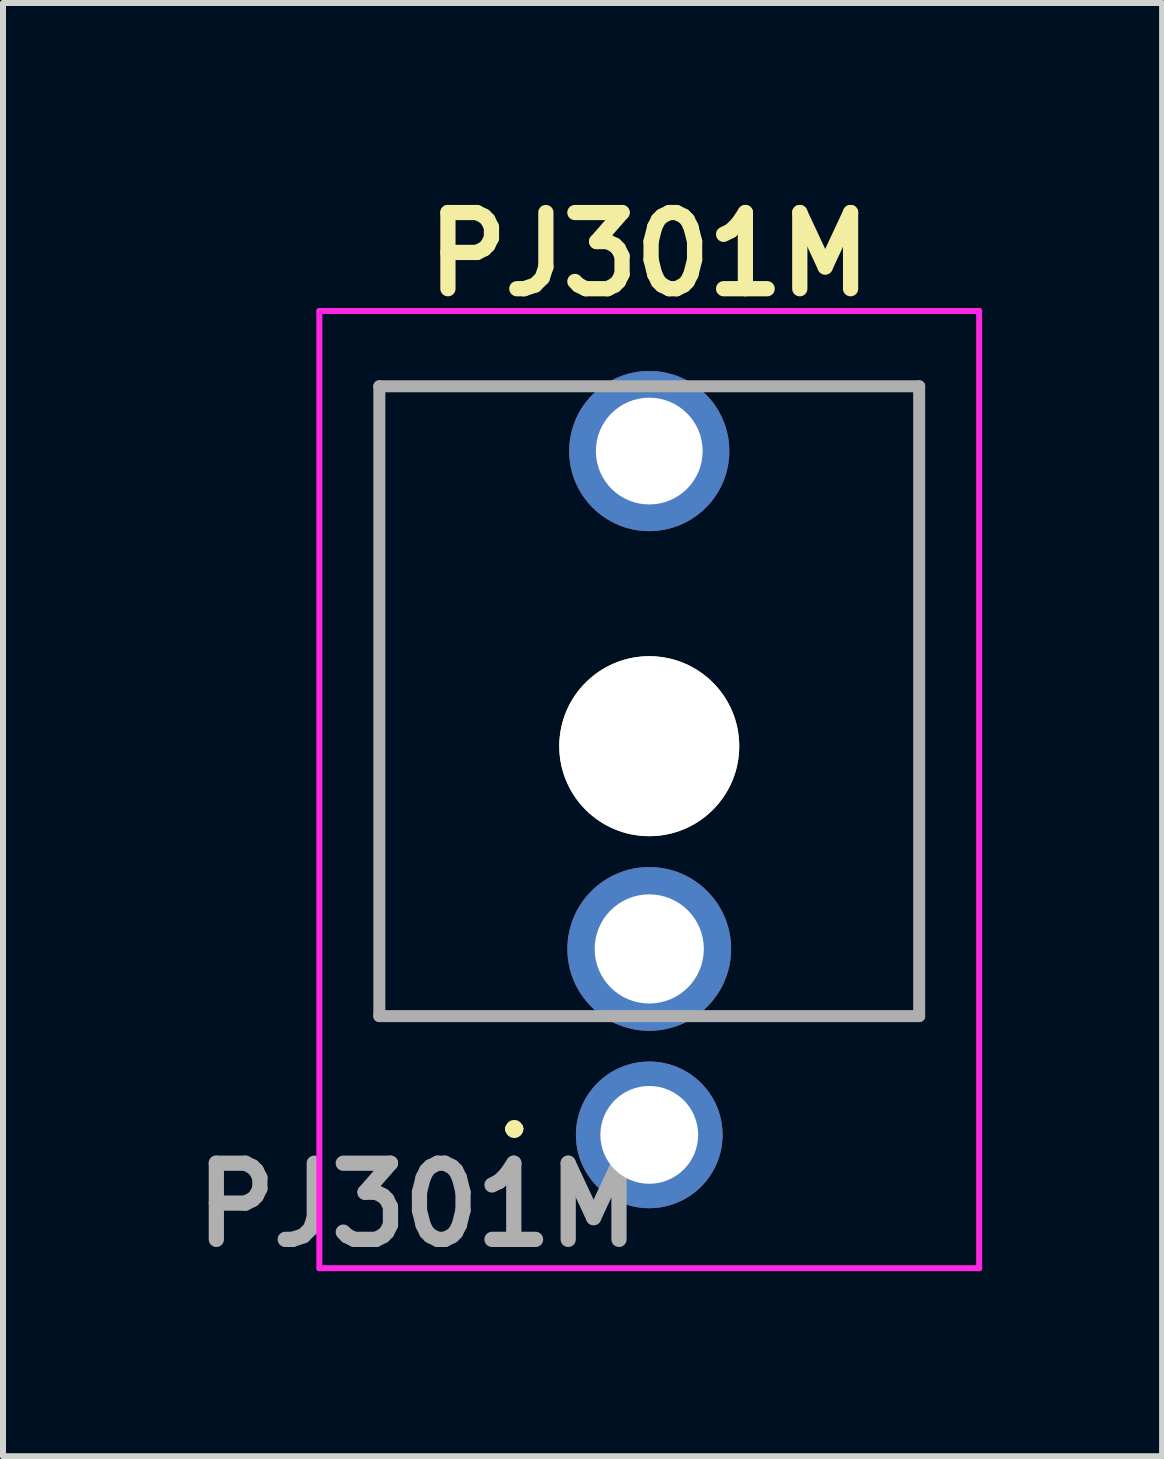
<source format=kicad_pcb>
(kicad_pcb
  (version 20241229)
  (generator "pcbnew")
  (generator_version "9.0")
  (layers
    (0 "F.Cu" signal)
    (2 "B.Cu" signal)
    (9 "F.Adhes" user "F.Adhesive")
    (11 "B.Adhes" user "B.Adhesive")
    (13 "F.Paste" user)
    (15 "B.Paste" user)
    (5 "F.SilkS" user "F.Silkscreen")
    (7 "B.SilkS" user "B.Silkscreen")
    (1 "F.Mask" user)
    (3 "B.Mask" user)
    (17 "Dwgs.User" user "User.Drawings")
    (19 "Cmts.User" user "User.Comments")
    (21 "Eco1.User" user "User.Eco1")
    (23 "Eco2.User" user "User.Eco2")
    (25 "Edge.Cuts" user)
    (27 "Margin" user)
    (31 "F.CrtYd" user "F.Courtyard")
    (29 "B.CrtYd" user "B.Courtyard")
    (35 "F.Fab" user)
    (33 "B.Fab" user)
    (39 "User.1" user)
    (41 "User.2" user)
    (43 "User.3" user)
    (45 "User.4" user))
  (footprint "PJ301M"
    (layer "F.Cu")
    (at 7.774 15.87)
    (property "Reference" "PJ301M" (at 0 -14.681 0) (layer "F.SilkS") (effects (font (size 1.27 1.27) (thickness 0.254))))
    (attr through_hole)
    (fp_line (start -4.5 -12.48) (end -4.5 -12.48) (stroke (width 0.1) (type solid)) (layer "F.SilkS"))
    (fp_line (start -4.5 -12.48) (end -4.5 -12.48) (stroke (width 0.1) (type solid)) (layer "F.SilkS"))
    (fp_line (start -4.5 -12.48) (end -4.5 -1.98) (stroke (width 0.1) (type solid)) (layer "F.SilkS"))
    (fp_line (start -4.5 -12.48) (end -1.5 -12.48) (stroke (width 0.1) (type solid)) (layer "F.SilkS"))
    (fp_line (start -4.5 -1.98) (end -4.5 -12.48) (stroke (width 0.1) (type solid)) (layer "F.SilkS"))
    (fp_line (start -4.5 -1.98) (end -4.5 -1.98) (stroke (width 0.1) (type solid)) (layer "F.SilkS"))
    (fp_line (start -4.5 -1.98) (end -4.5 -1.98) (stroke (width 0.1) (type solid)) (layer "F.SilkS"))
    (fp_line (start -4.5 -1.98) (end -1.75 -1.98) (stroke (width 0.1) (type solid)) (layer "F.SilkS"))
    (fp_line (start -2.3 -0.1) (end -2.3 -0.1) (stroke (width 0.2) (type solid)) (layer "F.SilkS"))
    (fp_line (start -2.3 -0.1) (end -2.3 -0.1) (stroke (width 0.2) (type solid)) (layer "F.SilkS"))
    (fp_line (start -2.2 -0.1) (end -2.2 -0.1) (stroke (width 0.2) (type solid)) (layer "F.SilkS"))
    (fp_line (start -1.75 -1.98) (end -4.5 -1.98) (stroke (width 0.1) (type solid)) (layer "F.SilkS"))
    (fp_line (start -1.75 -1.98) (end -1.75 -1.98) (stroke (width 0.1) (type solid)) (layer "F.SilkS"))
    (fp_line (start -1.5 -12.48) (end -4.5 -12.48) (stroke (width 0.1) (type solid)) (layer "F.SilkS"))
    (fp_line (start -1.5 -12.48) (end -1.5 -12.48) (stroke (width 0.1) (type solid)) (layer "F.SilkS"))
    (fp_line (start 1.5 -12.48) (end 1.5 -12.48) (stroke (width 0.1) (type solid)) (layer "F.SilkS"))
    (fp_line (start 1.5 -12.48) (end 4.5 -12.48) (stroke (width 0.1) (type solid)) (layer "F.SilkS"))
    (fp_line (start 1.75 -2) (end 1.75 -2) (stroke (width 0.1) (type solid)) (layer "F.SilkS"))
    (fp_line (start 1.75 -2) (end 4.5 -2) (stroke (width 0.1) (type solid)) (layer "F.SilkS"))
    (fp_line (start 4.5 -12.48) (end 1.5 -12.48) (stroke (width 0.1) (type solid)) (layer "F.SilkS"))
    (fp_line (start 4.5 -12.48) (end 4.5 -12.48) (stroke (width 0.1) (type solid)) (layer "F.SilkS"))
    (fp_line (start 4.5 -12.48) (end 4.5 -12.48) (stroke (width 0.1) (type solid)) (layer "F.SilkS"))
    (fp_line (start 4.5 -12.48) (end 4.5 -1.98) (stroke (width 0.1) (type solid)) (layer "F.SilkS"))
    (fp_line (start 4.5 -2) (end 1.75 -2) (stroke (width 0.1) (type solid)) (layer "F.SilkS"))
    (fp_line (start 4.5 -2) (end 4.5 -2) (stroke (width 0.1) (type solid)) (layer "F.SilkS"))
    (fp_line (start 4.5 -1.98) (end 4.5 -12.48) (stroke (width 0.1) (type solid)) (layer "F.SilkS"))
    (fp_line (start 4.5 -1.98) (end 4.5 -1.98) (stroke (width 0.1) (type solid)) (layer "F.SilkS"))
    (fp_arc (start -2.3 -0.1) (mid -2.25 -0.15) (end -2.2 -0.1) (stroke (width 0.2) (type solid)) (layer "F.SilkS"))
    (fp_arc (start -2.2 -0.1) (mid -2.25 -0.05) (end -2.3 -0.1) (stroke (width 0.2) (type solid)) (layer "F.SilkS"))
    (fp_arc (start -2.2 -0.1) (mid -2.25 -0.05) (end -2.3 -0.1) (stroke (width 0.2) (type solid)) (layer "F.SilkS"))
    (fp_line (start -5.5 -13.735) (end 5.5 -13.735) (stroke (width 0.1) (type solid)) (layer "F.CrtYd"))
    (fp_line (start -5.5 2.223) (end -5.5 -13.735) (stroke (width 0.1) (type solid)) (layer "F.CrtYd"))
    (fp_line (start 5.5 -13.735) (end 5.5 2.223) (stroke (width 0.1) (type solid)) (layer "F.CrtYd"))
    (fp_line (start 5.5 2.223) (end -5.5 2.223) (stroke (width 0.1) (type solid)) (layer "F.CrtYd"))
    (fp_line (start -4.5 -12.48) (end -4.5 -1.98) (stroke (width 0.2) (type solid)) (layer "F.Fab"))
    (fp_line (start -4.5 -1.98) (end 4.5 -1.98) (stroke (width 0.2) (type solid)) (layer "F.Fab"))
    (fp_line (start 4.5 -12.48) (end -4.5 -12.48) (stroke (width 0.2) (type solid)) (layer "F.Fab"))
    (fp_line (start 4.5 -1.98) (end 4.5 -12.48) (stroke (width 0.2) (type solid)) (layer "F.Fab"))
    (fp_text user "${REFERENCE}" (at -3.861 1.168 0) (layer "F.Fab") (effects (font (size 1.27 1.27) (thickness 0.254))))
    (pad "" np_thru_hole circle (at 0 -6.48) (size 3 3) (drill 3) (layers "*.Cu" "*.Mask" "F.SilkS"))
    (pad "1" thru_hole circle (at 0 0) (size 2.445 2.445) (drill 1.63) (layers "*.Cu" "*.Mask"))
    (pad "2" thru_hole circle (at 0 -3.1) (size 2.73 2.73) (drill 1.82) (layers "*.Cu" "*.Mask"))
    (pad "3" thru_hole circle (at 0 -11.4) (size 2.67 2.67) (drill 1.78) (layers "*.Cu" "*.Mask")))
  (gr_rect
    (start -3 -3)
    (end 16.324 21.227)
    (stroke (width 0.1) (type default))
    (fill no)
    (layer "Edge.Cuts")))
</source>
